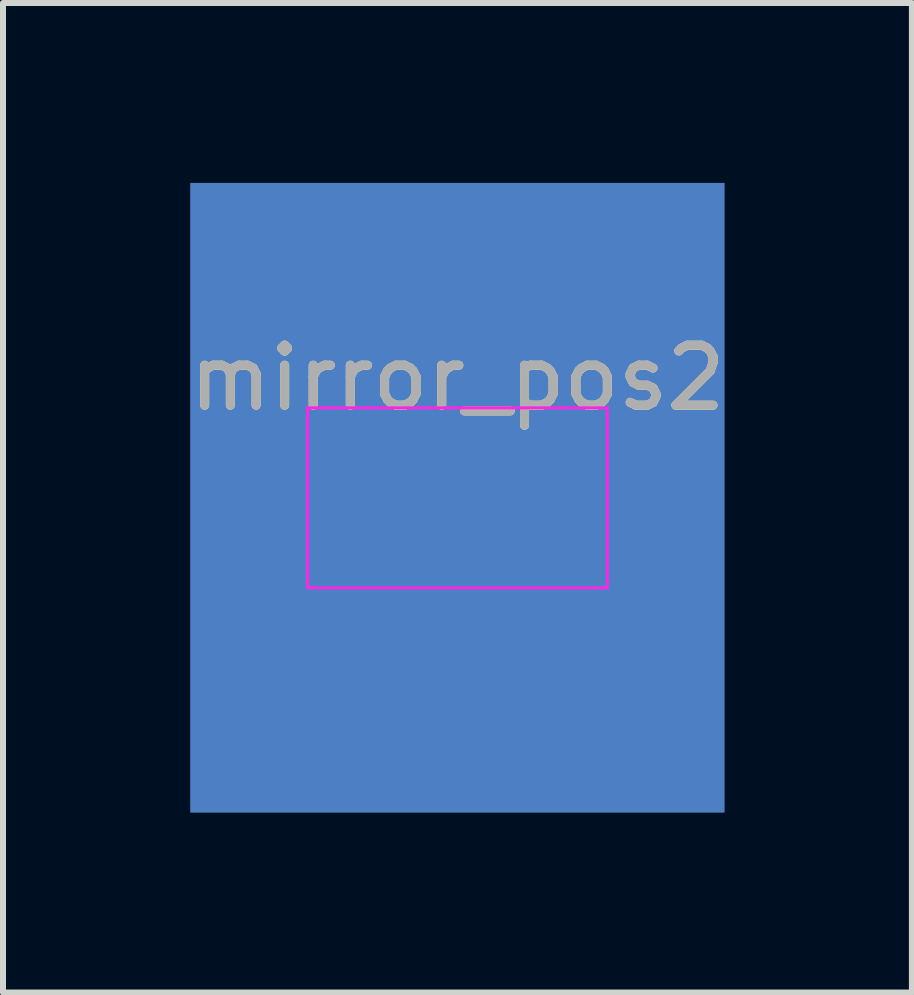
<source format=kicad_pcb>
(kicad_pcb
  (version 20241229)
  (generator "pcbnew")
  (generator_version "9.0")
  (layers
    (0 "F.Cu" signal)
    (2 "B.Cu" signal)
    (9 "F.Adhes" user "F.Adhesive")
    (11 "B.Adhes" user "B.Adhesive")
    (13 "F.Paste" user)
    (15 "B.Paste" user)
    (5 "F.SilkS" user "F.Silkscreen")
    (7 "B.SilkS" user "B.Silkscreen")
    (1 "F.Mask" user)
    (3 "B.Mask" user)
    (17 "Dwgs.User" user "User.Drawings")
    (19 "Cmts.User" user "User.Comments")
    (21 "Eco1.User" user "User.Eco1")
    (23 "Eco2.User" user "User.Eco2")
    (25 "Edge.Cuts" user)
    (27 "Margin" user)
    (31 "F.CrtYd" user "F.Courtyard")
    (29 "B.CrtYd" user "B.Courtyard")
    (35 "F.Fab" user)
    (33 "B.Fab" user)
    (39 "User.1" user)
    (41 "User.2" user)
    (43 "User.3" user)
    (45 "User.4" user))
  (footprint "mirror_pos2"
    (layer "F.Cu")
    (at 4.577 5.25)
    (property "Reference" "mirror_pos2" (at 0 -1.998 0) (layer "F.SilkS") (effects (font (size 1 1) (thickness 0.15))))
    (attr exclude_from_pos_files exclude_from_bom)
    (fp_line (start -2.5 -1.5) (end -2.5 1.5) (stroke (width 0.05) (type solid)) (layer "F.CrtYd"))
    (fp_line (start -2.5 -1.5) (end 2.5 -1.5) (stroke (width 0.05) (type solid)) (layer "F.CrtYd"))
    (fp_line (start 2.5 1.5) (end -2.5 1.5) (stroke (width 0.05) (type solid)) (layer "F.CrtYd"))
    (fp_line (start 2.5 1.5) (end 2.5 -1.5) (stroke (width 0.05) (type solid)) (layer "F.CrtYd"))
    (fp_text user "${REFERENCE}" (at 0 -2 0) (layer "F.Fab") (effects (font (size 1 1) (thickness 0.15))))
    (pad "1" smd rect (at 0 0) (size 8.91 10.5) (layers "B.Cu" "B.Mask")))
  (gr_rect
    (start -3 -3)
    (end 12.155 13.5)
    (stroke (width 0.1) (type default))
    (fill no)
    (layer "Edge.Cuts")))
</source>
